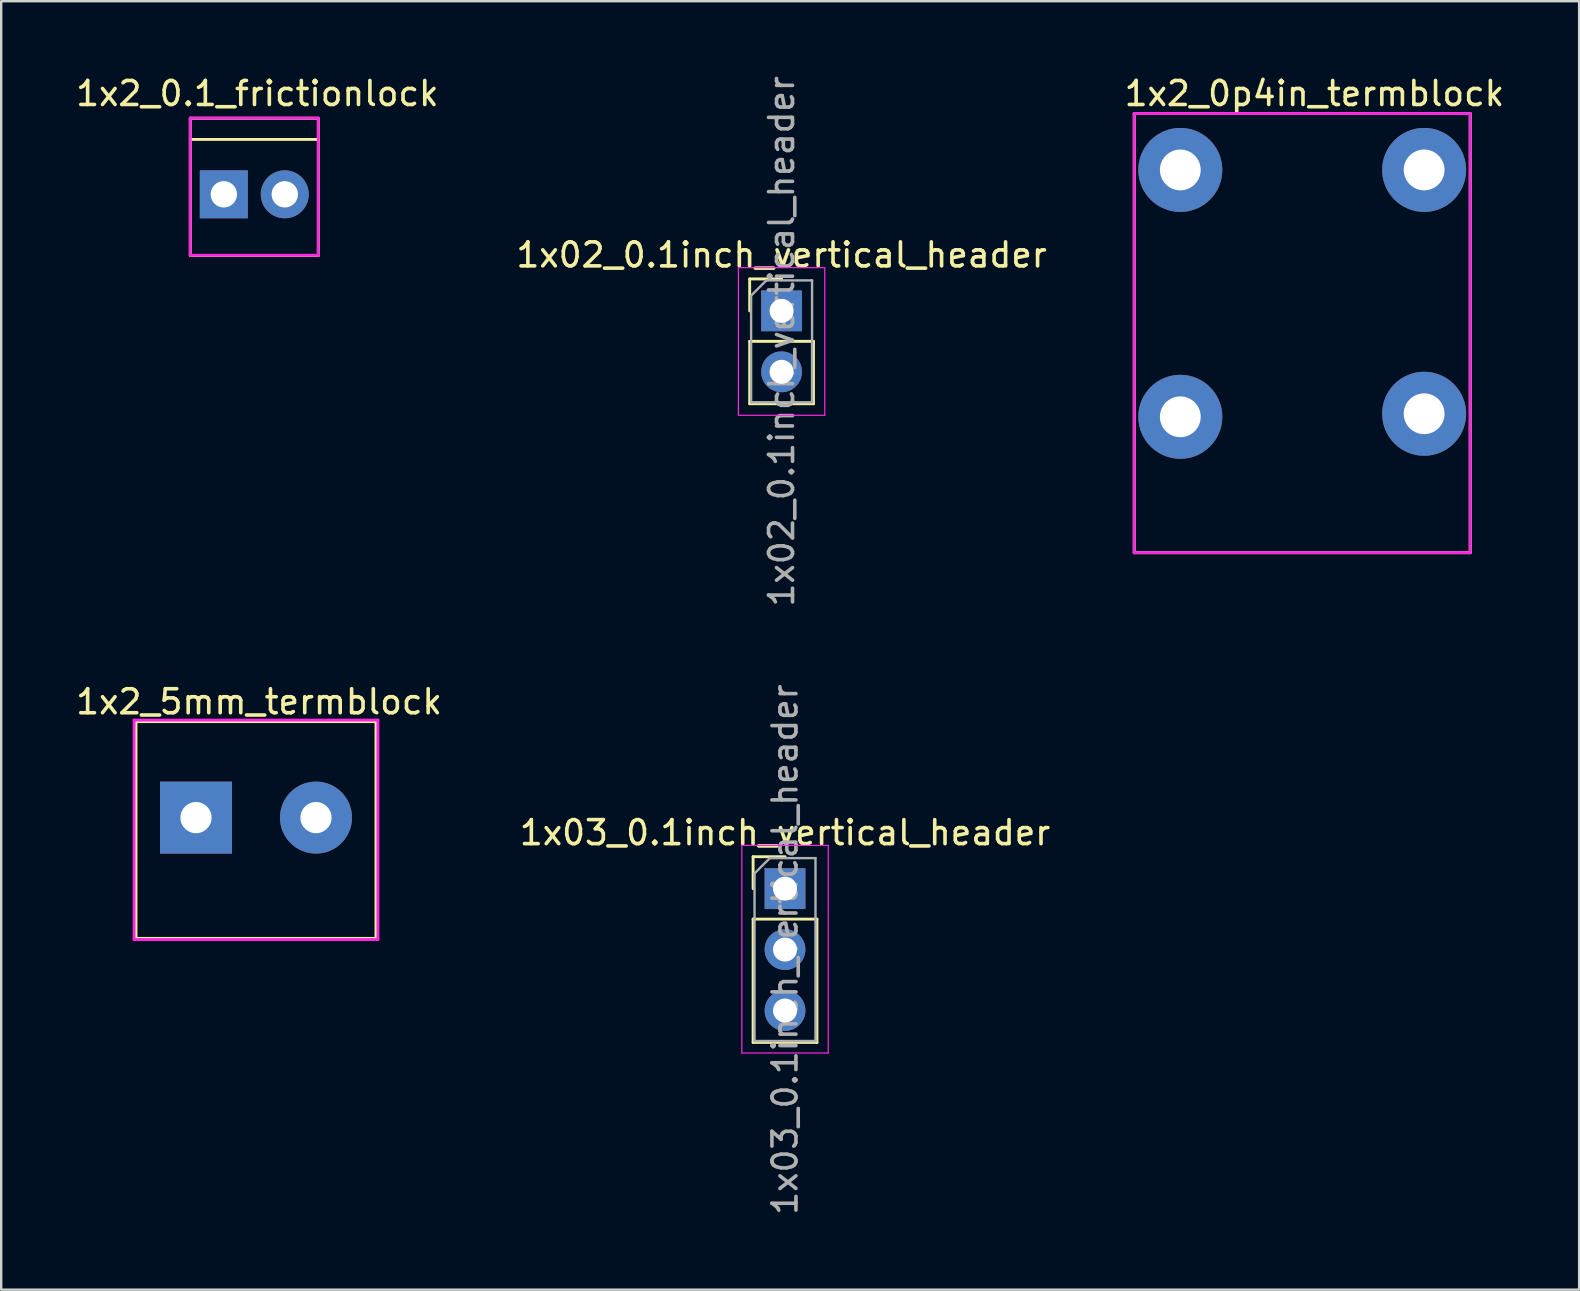
<source format=kicad_pcb>
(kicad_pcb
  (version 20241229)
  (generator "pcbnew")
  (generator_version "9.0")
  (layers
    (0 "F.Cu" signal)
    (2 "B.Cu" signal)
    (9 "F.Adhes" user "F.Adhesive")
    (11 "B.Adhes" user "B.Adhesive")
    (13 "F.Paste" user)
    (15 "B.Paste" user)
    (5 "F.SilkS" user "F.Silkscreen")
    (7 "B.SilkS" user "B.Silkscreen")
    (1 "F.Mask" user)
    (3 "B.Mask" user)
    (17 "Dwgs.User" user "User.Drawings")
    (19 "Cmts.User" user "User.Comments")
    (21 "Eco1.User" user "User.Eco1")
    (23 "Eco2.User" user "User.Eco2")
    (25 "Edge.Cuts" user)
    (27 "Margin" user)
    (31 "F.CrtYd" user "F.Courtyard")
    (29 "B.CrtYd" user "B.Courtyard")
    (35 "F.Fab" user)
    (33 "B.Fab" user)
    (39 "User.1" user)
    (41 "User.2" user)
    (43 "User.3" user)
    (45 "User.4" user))
  (footprint "1x2_0.1_frictionlock"
    (layer "F.Cu")
    (at 7.546 5.047)
    (property "Reference" "1x2_0.1_frictionlock" (at 0.127 -4.199 0) (layer "F.SilkS") (effects (font (size 1 1) (thickness 0.15))))
    (attr through_hole)
    (fp_line (start -2.667 -3.17) (end 2.667 -3.17) (stroke (width 0.12) (type solid)) (layer "F.SilkS"))
    (fp_line (start -2.667 -2.286) (end 2.667 -2.286) (stroke (width 0.12) (type solid)) (layer "F.SilkS"))
    (fp_line (start -2.667 2.55) (end -2.667 -3.17) (stroke (width 0.12) (type solid)) (layer "F.SilkS"))
    (fp_line (start -2.667 2.55) (end 2.667 2.55) (stroke (width 0.12) (type solid)) (layer "F.SilkS"))
    (fp_line (start 2.667 2.55) (end 2.667 -3.17) (stroke (width 0.12) (type solid)) (layer "F.SilkS"))
    (fp_line (start -2.667 2.54) (end -2.667 -3.18) (stroke (width 0.12) (type solid)) (layer "F.CrtYd"))
    (fp_line (start -2.667 2.54) (end 2.667 2.54) (stroke (width 0.12) (type solid)) (layer "F.CrtYd"))
    (fp_line (start 2.667 -3.175) (end -2.667 -3.175) (stroke (width 0.12) (type solid)) (layer "F.CrtYd"))
    (fp_line (start 2.667 -3.175) (end 2.667 2.545) (stroke (width 0.12) (type solid)) (layer "F.CrtYd"))
    (pad "1" thru_hole rect (at -1.27 0 180) (size 2 2) (drill 1.1) (layers "*.Cu" "*.Mask"))
    (pad "2" thru_hole circle (at 1.27 0 180) (size 2 2) (drill 1.1) (layers "*.Cu" "*.Mask")))
  (footprint "1x2_0p4in_termblock"
    (layer "F.Cu")
    (at 51.212 9.111)
    (property "Reference" "1x2_0p4in_termblock" (at 0.508 -8.263 0) (layer "F.SilkS") (effects (font (size 1 1) (thickness 0.15))))
    (attr through_hole)
    (fp_line (start -7 -7.43) (end 7 -7.43) (stroke (width 0.12) (type solid)) (layer "F.SilkS"))
    (fp_line (start -7 10.87) (end -7 -7.43) (stroke (width 0.12) (type solid)) (layer "F.SilkS"))
    (fp_line (start -7 10.87) (end 7 10.87) (stroke (width 0.12) (type solid)) (layer "F.SilkS"))
    (fp_line (start 7 10.87) (end 7 -7.43) (stroke (width 0.12) (type solid)) (layer "F.SilkS"))
    (fp_line (start -7 -7.43) (end 7 -7.43) (stroke (width 0.12) (type solid)) (layer "F.CrtYd"))
    (fp_line (start -7 10.87) (end -7 -7.43) (stroke (width 0.12) (type solid)) (layer "F.CrtYd"))
    (fp_line (start -7 10.87) (end 7 10.87) (stroke (width 0.12) (type solid)) (layer "F.CrtYd"))
    (fp_line (start 7 10.87) (end 7 -7.43) (stroke (width 0.12) (type solid)) (layer "F.CrtYd"))
    (pad "1" thru_hole circle (at -5.08 -5.08) (size 3.5 3.5) (drill 1.7) (layers "*.Cu" "*.Mask"))
    (pad "1" thru_hole circle (at -5.08 5.207) (size 3.5 3.5) (drill 1.7) (layers "*.Cu" "*.Mask"))
    (pad "2" thru_hole circle (at 5.08 -5.08) (size 3.5 3.5) (drill 1.7) (layers "*.Cu" "*.Mask"))
    (pad "2" thru_hole circle (at 5.08 5.08) (size 3.5 3.5) (drill 1.7) (layers "*.Cu" "*.Mask")))
  (footprint "1x03_0.1inch_vertical_header"
    (layer "F.Cu")
    (at 29.661 33.978)
    (property "Reference" "1x03_0.1inch_vertical_header" (at 0 -2.33 0) (layer "F.SilkS") (effects (font (size 1 1) (thickness 0.15))))
    (attr through_hole)
    (fp_line (start -1.33 -1.33) (end 0 -1.33) (stroke (width 0.12) (type solid)) (layer "F.SilkS"))
    (fp_line (start -1.33 0) (end -1.33 -1.33) (stroke (width 0.12) (type solid)) (layer "F.SilkS"))
    (fp_line (start -1.33 1.27) (end -1.33 6.41) (stroke (width 0.12) (type solid)) (layer "F.SilkS"))
    (fp_line (start -1.33 1.27) (end 1.33 1.27) (stroke (width 0.12) (type solid)) (layer "F.SilkS"))
    (fp_line (start -1.33 6.41) (end 1.33 6.41) (stroke (width 0.12) (type solid)) (layer "F.SilkS"))
    (fp_line (start 1.33 1.27) (end 1.33 6.41) (stroke (width 0.12) (type solid)) (layer "F.SilkS"))
    (fp_line (start -1.8 -1.8) (end -1.8 6.85) (stroke (width 0.05) (type solid)) (layer "F.CrtYd"))
    (fp_line (start -1.8 6.85) (end 1.8 6.85) (stroke (width 0.05) (type solid)) (layer "F.CrtYd"))
    (fp_line (start 1.8 -1.8) (end -1.8 -1.8) (stroke (width 0.05) (type solid)) (layer "F.CrtYd"))
    (fp_line (start 1.8 6.85) (end 1.8 -1.8) (stroke (width 0.05) (type solid)) (layer "F.CrtYd"))
    (fp_line (start -1.27 -0.635) (end -0.635 -1.27) (stroke (width 0.1) (type solid)) (layer "F.Fab"))
    (fp_line (start -1.27 6.35) (end -1.27 -0.635) (stroke (width 0.1) (type solid)) (layer "F.Fab"))
    (fp_line (start -0.635 -1.27) (end 1.27 -1.27) (stroke (width 0.1) (type solid)) (layer "F.Fab"))
    (fp_line (start 1.27 -1.27) (end 1.27 6.35) (stroke (width 0.1) (type solid)) (layer "F.Fab"))
    (fp_line (start 1.27 6.35) (end -1.27 6.35) (stroke (width 0.1) (type solid)) (layer "F.Fab"))
    (fp_text user "${REFERENCE}" (at 0 2.54 90) (layer "F.Fab") (effects (font (size 1 1) (thickness 0.15))))
    (pad "1" thru_hole rect (at 0 0) (size 1.7 1.7) (drill 1) (layers "*.Cu" "*.Mask"))
    (pad "2" thru_hole oval (at 0 2.54) (size 1.7 1.7) (drill 1) (layers "*.Cu" "*.Mask"))
    (pad "3" thru_hole oval (at 0 5.08) (size 1.7 1.7) (drill 1) (layers "*.Cu" "*.Mask")))
  (footprint "1x2_5mm_termblock"
    (layer "F.Cu")
    (at 7.617 31.019)
    (property "Reference" "1x2_5mm_termblock" (at 0.127 -4.826 0) (layer "F.SilkS") (effects (font (size 1 1) (thickness 0.15))))
    (attr through_hole)
    (fp_line (start -5 -4) (end -5 5) (stroke (width 0.12) (type solid)) (layer "F.SilkS"))
    (fp_line (start -5 -4) (end 5 -4) (stroke (width 0.12) (type solid)) (layer "F.SilkS"))
    (fp_line (start -5 5.033) (end 5 5.033) (stroke (width 0.12) (type solid)) (layer "F.SilkS"))
    (fp_line (start 5 -4) (end 5 5) (stroke (width 0.12) (type solid)) (layer "F.SilkS"))
    (fp_line (start -5.08 -4.064) (end -5.08 5.08) (stroke (width 0.12) (type solid)) (layer "F.CrtYd"))
    (fp_line (start -5.08 5.08) (end 5.08 5.08) (stroke (width 0.12) (type solid)) (layer "F.CrtYd"))
    (fp_line (start 5.08 -4.064) (end -5.08 -4.064) (stroke (width 0.12) (type solid)) (layer "F.CrtYd"))
    (fp_line (start 5.08 -4.064) (end 5.08 5.08) (stroke (width 0.12) (type solid)) (layer "F.CrtYd"))
    (pad "1" thru_hole rect (at -2.5 0 180) (size 3 3) (drill 1.3) (layers "*.Cu" "*.Mask"))
    (pad "2" thru_hole circle (at 2.5 0 180) (size 3 3) (drill 1.3) (layers "*.Cu" "*.Mask")))
  (footprint "1x02_0.1inch_vertical_header"
    (layer "F.Cu")
    (at 29.518 9.903)
    (property "Reference" "1x02_0.1inch_vertical_header" (at 0 -2.33 0) (layer "F.SilkS") (effects (font (size 1 1) (thickness 0.15))))
    (attr through_hole)
    (fp_line (start -1.33 -1.33) (end 0 -1.33) (stroke (width 0.12) (type solid)) (layer "F.SilkS"))
    (fp_line (start -1.33 0) (end -1.33 -1.33) (stroke (width 0.12) (type solid)) (layer "F.SilkS"))
    (fp_line (start -1.33 1.27) (end -1.33 3.87) (stroke (width 0.12) (type solid)) (layer "F.SilkS"))
    (fp_line (start -1.33 1.27) (end 1.33 1.27) (stroke (width 0.12) (type solid)) (layer "F.SilkS"))
    (fp_line (start -1.33 3.87) (end 1.33 3.87) (stroke (width 0.12) (type solid)) (layer "F.SilkS"))
    (fp_line (start 1.33 1.27) (end 1.33 3.87) (stroke (width 0.12) (type solid)) (layer "F.SilkS"))
    (fp_line (start -1.8 -1.8) (end -1.8 4.35) (stroke (width 0.05) (type solid)) (layer "F.CrtYd"))
    (fp_line (start -1.8 4.35) (end 1.8 4.35) (stroke (width 0.05) (type solid)) (layer "F.CrtYd"))
    (fp_line (start 1.8 -1.8) (end -1.8 -1.8) (stroke (width 0.05) (type solid)) (layer "F.CrtYd"))
    (fp_line (start 1.8 4.35) (end 1.8 -1.8) (stroke (width 0.05) (type solid)) (layer "F.CrtYd"))
    (fp_line (start -1.27 -0.635) (end -0.635 -1.27) (stroke (width 0.1) (type solid)) (layer "F.Fab"))
    (fp_line (start -1.27 3.81) (end -1.27 -0.635) (stroke (width 0.1) (type solid)) (layer "F.Fab"))
    (fp_line (start -0.635 -1.27) (end 1.27 -1.27) (stroke (width 0.1) (type solid)) (layer "F.Fab"))
    (fp_line (start 1.27 -1.27) (end 1.27 3.81) (stroke (width 0.1) (type solid)) (layer "F.Fab"))
    (fp_line (start 1.27 3.81) (end -1.27 3.81) (stroke (width 0.1) (type solid)) (layer "F.Fab"))
    (fp_text user "${REFERENCE}" (at 0 1.27 90) (layer "F.Fab") (effects (font (size 1 1) (thickness 0.15))))
    (pad "1" thru_hole rect (at 0 0) (size 1.7 1.7) (drill 1) (layers "*.Cu" "*.Mask"))
    (pad "2" thru_hole oval (at 0 2.54) (size 1.7 1.7) (drill 1) (layers "*.Cu" "*.Mask")))
  (gr_rect
    (start -3 -3)
    (end 62.75 50.69)
    (stroke (width 0.1) (type default))
    (fill no)
    (layer "Edge.Cuts")))
</source>
